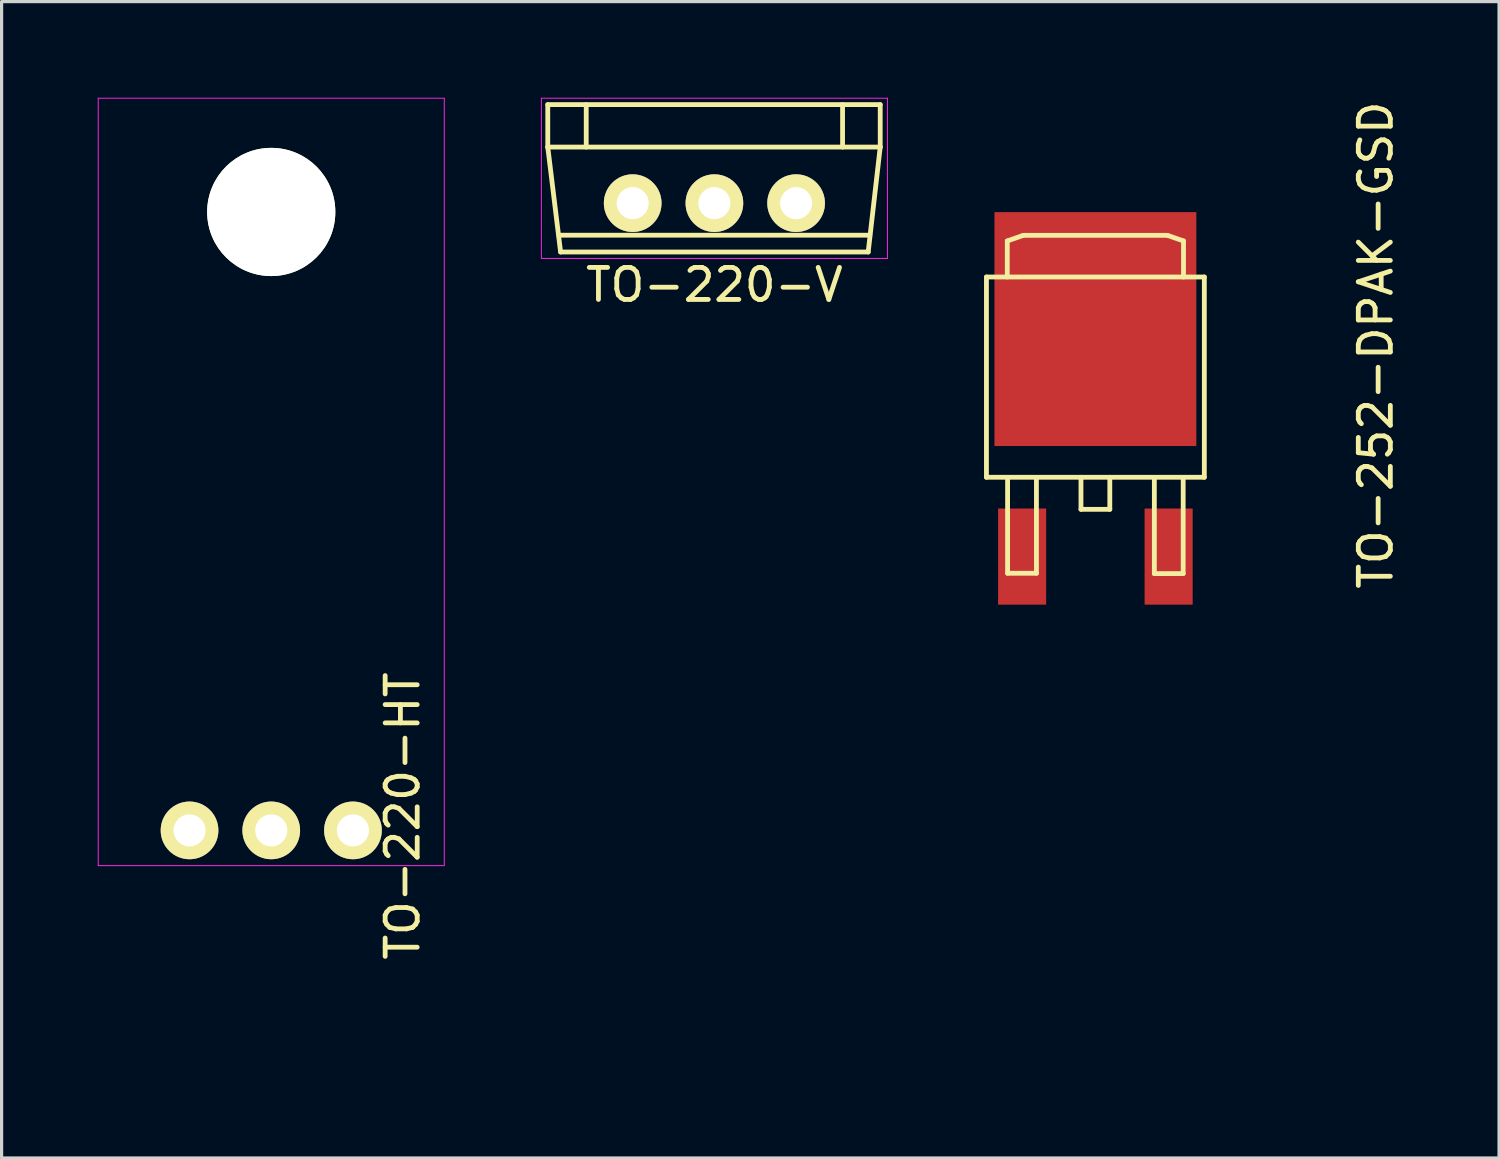
<source format=kicad_pcb>
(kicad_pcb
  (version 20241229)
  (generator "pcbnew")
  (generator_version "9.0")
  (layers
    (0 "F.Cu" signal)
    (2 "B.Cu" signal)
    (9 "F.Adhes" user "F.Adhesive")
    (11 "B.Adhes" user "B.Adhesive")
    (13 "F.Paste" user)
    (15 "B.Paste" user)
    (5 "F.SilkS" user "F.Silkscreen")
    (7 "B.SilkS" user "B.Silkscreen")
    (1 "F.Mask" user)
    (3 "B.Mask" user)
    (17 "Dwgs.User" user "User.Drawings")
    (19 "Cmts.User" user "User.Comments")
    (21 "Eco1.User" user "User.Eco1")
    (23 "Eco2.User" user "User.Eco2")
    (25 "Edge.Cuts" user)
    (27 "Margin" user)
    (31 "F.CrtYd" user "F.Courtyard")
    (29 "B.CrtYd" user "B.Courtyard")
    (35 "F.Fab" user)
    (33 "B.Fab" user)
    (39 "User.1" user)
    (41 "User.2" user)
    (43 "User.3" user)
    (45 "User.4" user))
  (footprint "TO-220-HT"
    (layer "F.Cu")
    (at 5.415 19.965)
    (property "Reference" "TO-220-HT" (at 4.1 2.45 90) (layer "F.SilkS") (effects (font (size 1 1) (thickness 0.15))))
    (attr through_hole)
    (fp_line (start -5.2 -17) (end -5.2 -3.95) (stroke (width 0.15) (type solid)) (layer "B.Paste"))
    (fp_line (start -5.2 -13.15) (end -5 -12.6) (stroke (width 0.15) (type solid)) (layer "B.Paste"))
    (fp_line (start -5.2 -13.15) (end 5.2 -13.15) (stroke (width 0.15) (type solid)) (layer "B.Paste"))
    (fp_line (start -5 -12.6) (end -4.9 -11.5) (stroke (width 0.15) (type solid)) (layer "B.Paste"))
    (fp_line (start -5 -12.6) (end 5 -12.6) (stroke (width 0.15) (type solid)) (layer "B.Paste"))
    (fp_line (start -4.9 -11.5) (end -4.9 -3.95) (stroke (width 0.15) (type solid)) (layer "B.Paste"))
    (fp_line (start -4 -19.75) (end -5.2 -17) (stroke (width 0.15) (type solid)) (layer "B.Paste"))
    (fp_line (start -3.4 0) (end -3.4 -3.95) (stroke (width 0.15) (type solid)) (layer "B.Paste"))
    (fp_line (start -3.4 0) (end -3 0) (stroke (width 0.15) (type solid)) (layer "B.Paste"))
    (fp_line (start -3 0) (end -3 10.05) (stroke (width 0.15) (type solid)) (layer "B.Paste"))
    (fp_line (start -3 10.05) (end -2.1 10.05) (stroke (width 0.15) (type solid)) (layer "B.Paste"))
    (fp_line (start -2.1 0) (end -1.7 0) (stroke (width 0.15) (type solid)) (layer "B.Paste"))
    (fp_line (start -2.1 10.05) (end -2.1 0) (stroke (width 0.15) (type solid)) (layer "B.Paste"))
    (fp_line (start -1.7 -3.95) (end -1.7 0) (stroke (width 0.15) (type solid)) (layer "B.Paste"))
    (fp_line (start -0.85 0) (end -0.85 -3.95) (stroke (width 0.15) (type solid)) (layer "B.Paste"))
    (fp_line (start -0.45 0) (end -0.85 0) (stroke (width 0.15) (type solid)) (layer "B.Paste"))
    (fp_line (start -0.45 10.05) (end -0.45 0) (stroke (width 0.15) (type solid)) (layer "B.Paste"))
    (fp_line (start 0 -19.75) (end -4 -19.75) (stroke (width 0.15) (type solid)) (layer "B.Paste"))
    (fp_line (start 0 -19.75) (end 4 -19.75) (stroke (width 0.15) (type solid)) (layer "B.Paste"))
    (fp_line (start 0.45 0) (end 0.45 10.05) (stroke (width 0.15) (type solid)) (layer "B.Paste"))
    (fp_line (start 0.45 10.05) (end -0.45 10.05) (stroke (width 0.15) (type solid)) (layer "B.Paste"))
    (fp_line (start 0.85 -3.95) (end 0.85 0) (stroke (width 0.15) (type solid)) (layer "B.Paste"))
    (fp_line (start 0.85 0) (end 0.45 0) (stroke (width 0.15) (type solid)) (layer "B.Paste"))
    (fp_line (start 1.7 0) (end 1.7 -3.95) (stroke (width 0.15) (type solid)) (layer "B.Paste"))
    (fp_line (start 2.1 0) (end 1.7 0) (stroke (width 0.15) (type solid)) (layer "B.Paste"))
    (fp_line (start 2.1 10.05) (end 2.1 0) (stroke (width 0.15) (type solid)) (layer "B.Paste"))
    (fp_line (start 3 10.05) (end 2.1 10.05) (stroke (width 0.15) (type solid)) (layer "B.Paste"))
    (fp_line (start 3 10.05) (end 3 0) (stroke (width 0.15) (type solid)) (layer "B.Paste"))
    (fp_line (start 3.4 -3.95) (end 3.4 0) (stroke (width 0.15) (type solid)) (layer "B.Paste"))
    (fp_line (start 3.4 0) (end 3 0) (stroke (width 0.15) (type solid)) (layer "B.Paste"))
    (fp_line (start 4 -19.75) (end 5.2 -17) (stroke (width 0.15) (type solid)) (layer "B.Paste"))
    (fp_line (start 4.9 -11.5) (end -4.9 -11.5) (stroke (width 0.15) (type solid)) (layer "B.Paste"))
    (fp_line (start 4.9 -11.5) (end 4.9 -3.95) (stroke (width 0.15) (type solid)) (layer "B.Paste"))
    (fp_line (start 5 -12.6) (end 4.9 -11.5) (stroke (width 0.15) (type solid)) (layer "B.Paste"))
    (fp_line (start 5.2 -13.15) (end 5 -12.6) (stroke (width 0.15) (type solid)) (layer "B.Paste"))
    (fp_line (start 5.2 -3.95) (end -5.2 -3.95) (stroke (width 0.15) (type solid)) (layer "B.Paste"))
    (fp_line (start 5.2 -3.95) (end 5.2 -17.05) (stroke (width 0.15) (type solid)) (layer "B.Paste"))
    (fp_circle (center 0 -16.4) (end 1.925 -16.4) (stroke (width 0.15) (type solid)) (fill no) (layer "B.Paste"))
    (fp_line (start -5.4 -19.95) (end -5.4 4) (stroke (width 0.03) (type solid)) (layer "F.CrtYd"))
    (fp_line (start -5.4 4) (end 0 4) (stroke (width 0.03) (type solid)) (layer "F.CrtYd"))
    (fp_line (start 0 4) (end 5.4 4) (stroke (width 0.03) (type solid)) (layer "F.CrtYd"))
    (fp_line (start 5.4 -19.95) (end -5.4 -19.95) (stroke (width 0.03) (type solid)) (layer "F.CrtYd"))
    (fp_line (start 5.4 4) (end 5.4 -19.95) (stroke (width 0.03) (type solid)) (layer "F.CrtYd"))
    (pad "" np_thru_hole circle (at 0 -16.4) (size 4 4) (drill 4) (layers "*.Cu" "*.Mask" "F.SilkS"))
    (pad "1" thru_hole circle (at -2.55 2.9) (size 1.8 1.8) (drill 1) (layers "*.Cu" "*.Mask" "F.SilkS"))
    (pad "2" thru_hole circle (at 0 2.9) (size 1.8 1.8) (drill 1) (layers "*.Cu" "*.Mask" "F.SilkS"))
    (pad "3" thru_hole circle (at 2.55 2.9) (size 1.8 1.8) (drill 1) (layers "*.Cu" "*.Mask" "F.SilkS")))
  (footprint "TO-252-DPAK-GSD"
    (layer "F.Cu")
    (at 31.135 7.72)
    (property "Reference" "TO-252-DPAK-GSD" (at 8.75 0 90) (layer "F.SilkS") (effects (font (size 1 1) (thickness 0.15))))
    (attr through_hole)
    (fp_line (start -3.4 -2.125) (end 3.4 -2.125) (stroke (width 0.15) (type solid)) (layer "F.SilkS"))
    (fp_line (start -3.4 4.125) (end -3.4 -2.125) (stroke (width 0.15) (type solid)) (layer "F.SilkS"))
    (fp_line (start -2.75 -3.25) (end -2.25 -3.425) (stroke (width 0.15) (type solid)) (layer "F.SilkS"))
    (fp_line (start -2.75 -2.125) (end -2.75 -3.25) (stroke (width 0.15) (type solid)) (layer "F.SilkS"))
    (fp_line (start -2.74 4.13) (end -2.74 7.12) (stroke (width 0.15) (type solid)) (layer "F.SilkS"))
    (fp_line (start -2.74 7.12) (end -1.84 7.12) (stroke (width 0.15) (type solid)) (layer "F.SilkS"))
    (fp_line (start -2.25 -3.425) (end 2.25 -3.425) (stroke (width 0.15) (type solid)) (layer "F.SilkS"))
    (fp_line (start -1.84 7.12) (end -1.84 4.13) (stroke (width 0.15) (type solid)) (layer "F.SilkS"))
    (fp_line (start -0.45 4.125) (end -0.45 5.125) (stroke (width 0.15) (type solid)) (layer "F.SilkS"))
    (fp_line (start -0.45 5.125) (end 0.45 5.125) (stroke (width 0.15) (type solid)) (layer "F.SilkS"))
    (fp_line (start 0.45 5.125) (end 0.45 4.125) (stroke (width 0.15) (type solid)) (layer "F.SilkS"))
    (fp_line (start 1.84 7.13) (end 1.84 4.13) (stroke (width 0.15) (type solid)) (layer "F.SilkS"))
    (fp_line (start 2.74 4.13) (end 2.74 7.13) (stroke (width 0.15) (type solid)) (layer "F.SilkS"))
    (fp_line (start 2.74 7.13) (end 1.84 7.13) (stroke (width 0.15) (type solid)) (layer "F.SilkS"))
    (fp_line (start 2.75 -3.25) (end 2.25 -3.425) (stroke (width 0.15) (type solid)) (layer "F.SilkS"))
    (fp_line (start 2.75 -3.25) (end 2.75 -2.125) (stroke (width 0.15) (type solid)) (layer "F.SilkS"))
    (fp_line (start 3.4 -2.125) (end 3.4 4.125) (stroke (width 0.15) (type solid)) (layer "F.SilkS"))
    (fp_line (start 3.4 4.125) (end -3.4 4.125) (stroke (width 0.15) (type solid)) (layer "F.SilkS"))
    (pad "D" smd rect (at 0 -0.5) (size 6.3 7.3) (layers "F.Cu" "F.Mask" "F.Paste"))
    (pad "G" smd rect (at -2.286 6.6) (size 1.5 3) (layers "F.Cu" "F.Mask" "F.Paste"))
    (pad "S" smd rect (at 2.286 6.6) (size 1.5 3) (layers "F.Cu" "F.Mask" "F.Paste")))
  (footprint "TO-220-V"
    (layer "F.Cu")
    (at 19.245 3.29)
    (property "Reference" "TO-220-V" (at 0 2.55 0) (layer "F.SilkS") (effects (font (size 1 1) (thickness 0.15))))
    (attr through_hole)
    (fp_line (start -5.2 -3.075) (end -5.2 -1.75) (stroke (width 0.15) (type solid)) (layer "F.SilkS"))
    (fp_line (start -5.2 -3.075) (end 5.175 -3.075) (stroke (width 0.15) (type solid)) (layer "F.SilkS"))
    (fp_line (start -5.2 -1.75) (end -4.8 1.525) (stroke (width 0.15) (type solid)) (layer "F.SilkS"))
    (fp_line (start -5.2 -1.75) (end 5.175 -1.75) (stroke (width 0.15) (type solid)) (layer "F.SilkS"))
    (fp_line (start -4.85 1) (end 4.85 1) (stroke (width 0.15) (type solid)) (layer "F.SilkS"))
    (fp_line (start -4.8 1.525) (end 4.8 1.525) (stroke (width 0.15) (type solid)) (layer "F.SilkS"))
    (fp_line (start -4 -3.075) (end -4 -1.75) (stroke (width 0.15) (type solid)) (layer "F.SilkS"))
    (fp_line (start 4 -3.075) (end 4 -1.75) (stroke (width 0.15) (type solid)) (layer "F.SilkS"))
    (fp_line (start 5.175 -3.075) (end 5.175 -1.75) (stroke (width 0.15) (type solid)) (layer "F.SilkS"))
    (fp_line (start 5.175 -1.75) (end 4.8 1.525) (stroke (width 0.15) (type solid)) (layer "F.SilkS"))
    (fp_line (start -5.4 -3.275) (end 5.4 -3.275) (stroke (width 0.03) (type solid)) (layer "F.CrtYd"))
    (fp_line (start -5.4 1.725) (end -5.4 -3.275) (stroke (width 0.03) (type solid)) (layer "F.CrtYd"))
    (fp_line (start 5.4 -3.275) (end 5.4 1.725) (stroke (width 0.03) (type solid)) (layer "F.CrtYd"))
    (fp_line (start 5.4 1.725) (end -5.4 1.725) (stroke (width 0.03) (type solid)) (layer "F.CrtYd"))
    (pad "1" thru_hole circle (at -2.55 0) (size 1.8 1.8) (drill 1) (layers "*.Cu" "*.Mask" "F.SilkS"))
    (pad "2" thru_hole circle (at 0 0) (size 1.8 1.8) (drill 1) (layers "*.Cu" "*.Mask" "F.SilkS"))
    (pad "3" thru_hole circle (at 2.55 0) (size 1.8 1.8) (drill 1) (layers "*.Cu" "*.Mask" "F.SilkS")))
  (gr_rect
    (start -3 -3)
    (end 43.733 33.09)
    (stroke (width 0.1) (type default))
    (fill no)
    (layer "Edge.Cuts")))
</source>
